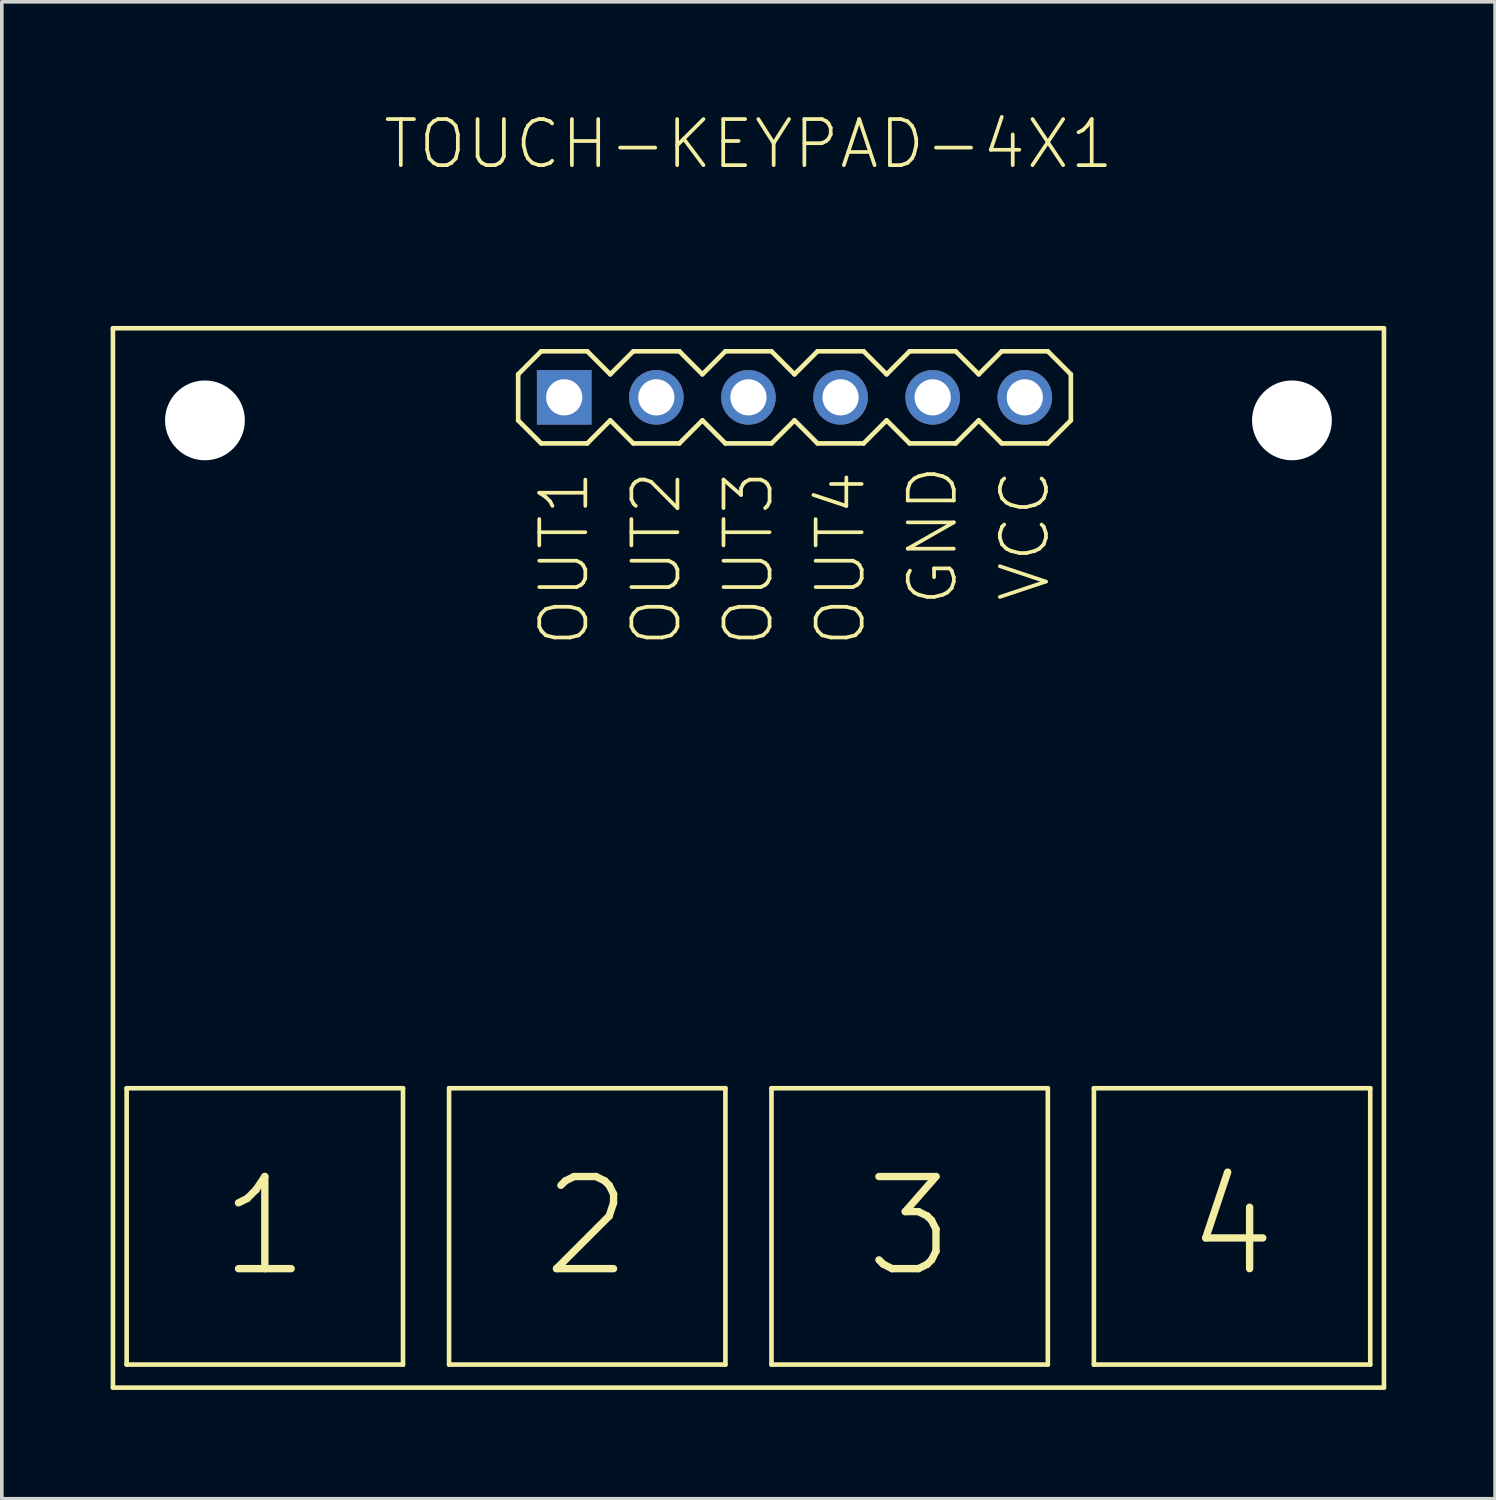
<source format=kicad_pcb>
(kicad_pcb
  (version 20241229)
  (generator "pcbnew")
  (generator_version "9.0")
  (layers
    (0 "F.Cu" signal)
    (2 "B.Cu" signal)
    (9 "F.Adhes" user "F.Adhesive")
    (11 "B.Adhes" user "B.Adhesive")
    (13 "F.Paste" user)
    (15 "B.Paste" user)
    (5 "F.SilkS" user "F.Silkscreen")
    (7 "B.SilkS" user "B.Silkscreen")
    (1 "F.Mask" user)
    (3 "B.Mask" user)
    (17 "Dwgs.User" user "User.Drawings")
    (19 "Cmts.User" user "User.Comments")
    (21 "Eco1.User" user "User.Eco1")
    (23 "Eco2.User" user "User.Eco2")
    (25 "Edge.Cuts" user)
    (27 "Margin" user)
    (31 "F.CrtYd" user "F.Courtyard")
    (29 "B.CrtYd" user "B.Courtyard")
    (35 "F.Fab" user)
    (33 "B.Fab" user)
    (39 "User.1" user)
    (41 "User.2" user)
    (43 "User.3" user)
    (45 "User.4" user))
  (footprint "TOUCH-KEYPAD-4X1"
    (layer "F.Cu")
    (at 17.587 20.606)
    (property "Reference" "TOUCH-KEYPAD-4X1" (at 0 -19.685 0) (layer "F.SilkS") (effects (font (size 1.27 1.27) (thickness 0.102))))
    (attr exclude_from_pos_files exclude_from_bom)
    (fp_line (start -17.523 -14.605) (end 17.523 -14.605) (stroke (width 0.127) (type solid)) (layer "F.SilkS"))
    (fp_line (start -17.523 14.605) (end -17.523 -14.605) (stroke (width 0.127) (type solid)) (layer "F.SilkS"))
    (fp_line (start -17.145 6.35) (end -9.525 6.35) (stroke (width 0.127) (type solid)) (layer "F.SilkS"))
    (fp_line (start -17.145 13.97) (end -17.145 6.35) (stroke (width 0.127) (type solid)) (layer "F.SilkS"))
    (fp_line (start -9.525 6.35) (end -9.525 13.97) (stroke (width 0.127) (type solid)) (layer "F.SilkS"))
    (fp_line (start -9.525 13.97) (end -17.145 13.97) (stroke (width 0.127) (type solid)) (layer "F.SilkS"))
    (fp_line (start -8.255 6.35) (end -0.635 6.35) (stroke (width 0.127) (type solid)) (layer "F.SilkS"))
    (fp_line (start -8.255 13.97) (end -8.255 6.35) (stroke (width 0.127) (type solid)) (layer "F.SilkS"))
    (fp_line (start -6.35 -13.335) (end -5.715 -13.97) (stroke (width 0.127) (type solid)) (layer "F.SilkS"))
    (fp_line (start -6.35 -12.065) (end -6.35 -13.335) (stroke (width 0.127) (type solid)) (layer "F.SilkS"))
    (fp_line (start -5.715 -13.97) (end -4.445 -13.97) (stroke (width 0.127) (type solid)) (layer "F.SilkS"))
    (fp_line (start -5.715 -11.43) (end -6.35 -12.065) (stroke (width 0.127) (type solid)) (layer "F.SilkS"))
    (fp_line (start -4.445 -13.97) (end -3.81 -13.335) (stroke (width 0.127) (type solid)) (layer "F.SilkS"))
    (fp_line (start -4.445 -11.43) (end -5.715 -11.43) (stroke (width 0.127) (type solid)) (layer "F.SilkS"))
    (fp_line (start -3.81 -13.335) (end -3.175 -13.97) (stroke (width 0.127) (type solid)) (layer "F.SilkS"))
    (fp_line (start -3.81 -12.065) (end -4.445 -11.43) (stroke (width 0.127) (type solid)) (layer "F.SilkS"))
    (fp_line (start -3.175 -13.97) (end -1.905 -13.97) (stroke (width 0.127) (type solid)) (layer "F.SilkS"))
    (fp_line (start -3.175 -11.43) (end -3.81 -12.065) (stroke (width 0.127) (type solid)) (layer "F.SilkS"))
    (fp_line (start -1.905 -13.97) (end -1.27 -13.335) (stroke (width 0.127) (type solid)) (layer "F.SilkS"))
    (fp_line (start -1.905 -11.43) (end -3.175 -11.43) (stroke (width 0.127) (type solid)) (layer "F.SilkS"))
    (fp_line (start -1.27 -13.335) (end -0.635 -13.97) (stroke (width 0.127) (type solid)) (layer "F.SilkS"))
    (fp_line (start -1.27 -12.065) (end -1.905 -11.43) (stroke (width 0.127) (type solid)) (layer "F.SilkS"))
    (fp_line (start -0.635 -13.97) (end 0.635 -13.97) (stroke (width 0.127) (type solid)) (layer "F.SilkS"))
    (fp_line (start -0.635 -11.43) (end -1.27 -12.065) (stroke (width 0.127) (type solid)) (layer "F.SilkS"))
    (fp_line (start -0.635 6.35) (end -0.635 13.97) (stroke (width 0.127) (type solid)) (layer "F.SilkS"))
    (fp_line (start -0.635 13.97) (end -8.255 13.97) (stroke (width 0.127) (type solid)) (layer "F.SilkS"))
    (fp_line (start 0.635 -13.97) (end 1.27 -13.335) (stroke (width 0.127) (type solid)) (layer "F.SilkS"))
    (fp_line (start 0.635 -11.43) (end -0.635 -11.43) (stroke (width 0.127) (type solid)) (layer "F.SilkS"))
    (fp_line (start 0.635 6.35) (end 8.255 6.35) (stroke (width 0.127) (type solid)) (layer "F.SilkS"))
    (fp_line (start 0.635 13.97) (end 0.635 6.35) (stroke (width 0.127) (type solid)) (layer "F.SilkS"))
    (fp_line (start 1.27 -13.335) (end 1.905 -13.97) (stroke (width 0.127) (type solid)) (layer "F.SilkS"))
    (fp_line (start 1.27 -12.065) (end 0.635 -11.43) (stroke (width 0.127) (type solid)) (layer "F.SilkS"))
    (fp_line (start 1.905 -13.97) (end 3.175 -13.97) (stroke (width 0.127) (type solid)) (layer "F.SilkS"))
    (fp_line (start 1.905 -11.43) (end 1.27 -12.065) (stroke (width 0.127) (type solid)) (layer "F.SilkS"))
    (fp_line (start 3.175 -13.97) (end 3.81 -13.335) (stroke (width 0.127) (type solid)) (layer "F.SilkS"))
    (fp_line (start 3.175 -11.43) (end 1.905 -11.43) (stroke (width 0.127) (type solid)) (layer "F.SilkS"))
    (fp_line (start 3.81 -13.335) (end 4.445 -13.97) (stroke (width 0.127) (type solid)) (layer "F.SilkS"))
    (fp_line (start 3.81 -12.065) (end 3.175 -11.43) (stroke (width 0.127) (type solid)) (layer "F.SilkS"))
    (fp_line (start 3.81 -12.065) (end 4.445 -11.43) (stroke (width 0.127) (type solid)) (layer "F.SilkS"))
    (fp_line (start 4.445 -13.97) (end 5.715 -13.97) (stroke (width 0.127) (type solid)) (layer "F.SilkS"))
    (fp_line (start 4.445 -11.43) (end 5.715 -11.43) (stroke (width 0.127) (type solid)) (layer "F.SilkS"))
    (fp_line (start 5.715 -13.97) (end 6.35 -13.335) (stroke (width 0.127) (type solid)) (layer "F.SilkS"))
    (fp_line (start 5.715 -11.43) (end 6.35 -12.065) (stroke (width 0.127) (type solid)) (layer "F.SilkS"))
    (fp_line (start 6.35 -13.335) (end 6.985 -13.97) (stroke (width 0.127) (type solid)) (layer "F.SilkS"))
    (fp_line (start 6.985 -13.97) (end 8.255 -13.97) (stroke (width 0.127) (type solid)) (layer "F.SilkS"))
    (fp_line (start 6.985 -11.43) (end 6.35 -12.065) (stroke (width 0.127) (type solid)) (layer "F.SilkS"))
    (fp_line (start 8.255 -13.97) (end 8.89 -13.335) (stroke (width 0.127) (type solid)) (layer "F.SilkS"))
    (fp_line (start 8.255 -11.43) (end 6.985 -11.43) (stroke (width 0.127) (type solid)) (layer "F.SilkS"))
    (fp_line (start 8.255 -11.43) (end 8.89 -12.065) (stroke (width 0.127) (type solid)) (layer "F.SilkS"))
    (fp_line (start 8.255 6.35) (end 8.255 13.97) (stroke (width 0.127) (type solid)) (layer "F.SilkS"))
    (fp_line (start 8.255 13.97) (end 0.635 13.97) (stroke (width 0.127) (type solid)) (layer "F.SilkS"))
    (fp_line (start 8.89 -12.065) (end 8.89 -13.335) (stroke (width 0.127) (type solid)) (layer "F.SilkS"))
    (fp_line (start 9.525 6.35) (end 17.145 6.35) (stroke (width 0.127) (type solid)) (layer "F.SilkS"))
    (fp_line (start 9.525 13.97) (end 9.525 6.35) (stroke (width 0.127) (type solid)) (layer "F.SilkS"))
    (fp_line (start 17.145 6.35) (end 17.145 13.97) (stroke (width 0.127) (type solid)) (layer "F.SilkS"))
    (fp_line (start 17.145 13.97) (end 9.525 13.97) (stroke (width 0.127) (type solid)) (layer "F.SilkS"))
    (fp_line (start 17.523 -14.605) (end 17.523 14.605) (stroke (width 0.127) (type solid)) (layer "F.SilkS"))
    (fp_line (start 17.523 14.605) (end -17.523 14.605) (stroke (width 0.127) (type solid)) (layer "F.SilkS"))
    (fp_text user "OUT4" (at 2.54 -8.255 90) (layer "F.SilkS") (effects (font (size 1.27 1.27) (thickness 0.102))))
    (fp_text user "OUT3" (at 0 -8.255 90) (layer "F.SilkS") (effects (font (size 1.27 1.27) (thickness 0.102))))
    (fp_text user "GND" (at 5.08 -8.89 90) (layer "F.SilkS") (effects (font (size 1.27 1.27) (thickness 0.102))))
    (fp_text user "OUT1" (at -5.08 -8.255 90) (layer "F.SilkS") (effects (font (size 1.27 1.27) (thickness 0.102))))
    (fp_text user "OUT2" (at -2.54 -8.255 90) (layer "F.SilkS") (effects (font (size 1.27 1.27) (thickness 0.102))))
    (fp_text user "4" (at 13.335 10.16 0) (layer "F.SilkS") (effects (font (size 2.54 2.54) (thickness 0.203))))
    (fp_text user "1" (at -13.335 10.16 0) (layer "F.SilkS") (effects (font (size 2.54 2.54) (thickness 0.203))))
    (fp_text user "VCC" (at 7.62 -8.89 90) (layer "F.SilkS") (effects (font (size 1.27 1.27) (thickness 0.102))))
    (fp_text user "3" (at 4.445 10.16 0) (layer "F.SilkS") (effects (font (size 2.54 2.54) (thickness 0.203))))
    (fp_text user "2" (at -4.445 10.16 0) (layer "F.SilkS") (effects (font (size 2.54 2.54) (thickness 0.203))))
    (pad "" np_thru_hole circle (at -14.986 -12.065) (size 2.2 2.2) (drill 2.2) (layers "*.Cu" "*.Mask"))
    (pad "" np_thru_hole circle (at 14.986 -12.065) (size 2.2 2.2) (drill 2.2) (layers "*.Cu" "*.Mask"))
    (pad "1" thru_hole rect (at -5.08 -12.7) (size 1.506 1.506) (drill 0.998) (layers "*.Cu" "*.Paste" "*.Mask"))
    (pad "2" thru_hole circle (at -2.54 -12.7) (size 1.506 1.506) (drill 0.998) (layers "*.Cu" "*.Paste" "*.Mask"))
    (pad "3" thru_hole circle (at 0 -12.7) (size 1.506 1.506) (drill 0.998) (layers "*.Cu" "*.Paste" "*.Mask"))
    (pad "4" thru_hole circle (at 2.54 -12.7) (size 1.506 1.506) (drill 0.998) (layers "*.Cu" "*.Paste" "*.Mask"))
    (pad "5" thru_hole circle (at 5.08 -12.7) (size 1.506 1.506) (drill 0.998) (layers "*.Cu" "*.Paste" "*.Mask"))
    (pad "6" thru_hole circle (at 7.62 -12.7) (size 1.506 1.506) (drill 0.998) (layers "*.Cu" "*.Paste" "*.Mask")))
  (gr_rect
    (start -3 -3)
    (end 38.174 38.275)
    (stroke (width 0.1) (type default))
    (fill no)
    (layer "Edge.Cuts")))
</source>
